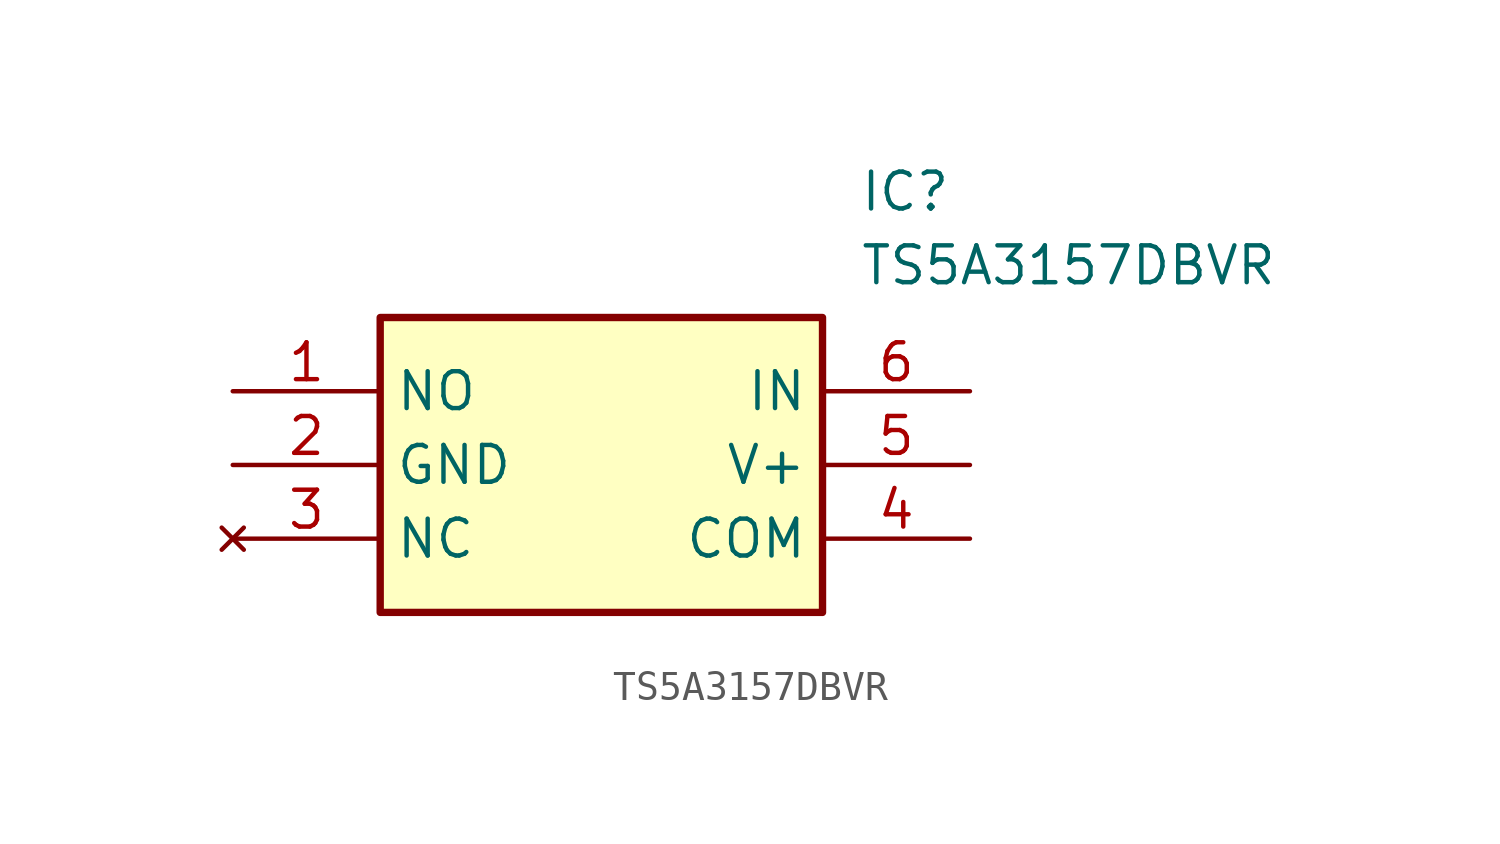
<source format=kicad_sym>
(kicad_symbol_lib
  (version 20211014)
  (generator SamacSys_ECAD_Model)
  (symbol "TS5A3157DBVR"
    (property "Reference" "IC"
      (at 21.59 7.62 0)
      (effects (font (size 1.27 1.27)) (justify left top)))
    (property "Value" "TS5A3157DBVR"
      (at 21.59 5.08 0)
      (effects (font (size 1.27 1.27)) (justify left top)))
    (rectangle
      (start 5.08 2.54)
      (end 20.32 -7.62)
      (stroke (width 0.254) (type default))
      (fill (type background)))
    (pin passive line
      (at 0 0 0)
      (length 5.08)
      (name "NO" (effects (font (size 1.27 1.27))))
      (number "1" (effects (font (size 1.27 1.27)))))
    (pin passive line
      (at 0 -2.54 0)
      (length 5.08)
      (name "GND" (effects (font (size 1.27 1.27))))
      (number "2" (effects (font (size 1.27 1.27)))))
    (pin no_connect line
      (at 0 -5.08 0)
      (length 5.08)
      (name "NC" (effects (font (size 1.27 1.27))))
      (number "3" (effects (font (size 1.27 1.27)))))
    (pin passive line
      (at 25.4 0 180)
      (length 5.08)
      (name "IN" (effects (font (size 1.27 1.27))))
      (number "6" (effects (font (size 1.27 1.27)))))
    (pin passive line
      (at 25.4 -2.54 180)
      (length 5.08)
      (name "V+" (effects (font (size 1.27 1.27))))
      (number "5" (effects (font (size 1.27 1.27)))))
    (pin passive line
      (at 25.4 -5.08 180)
      (length 5.08)
      (name "COM" (effects (font (size 1.27 1.27))))
      (number "4" (effects (font (size 1.27 1.27)))))))
</source>
